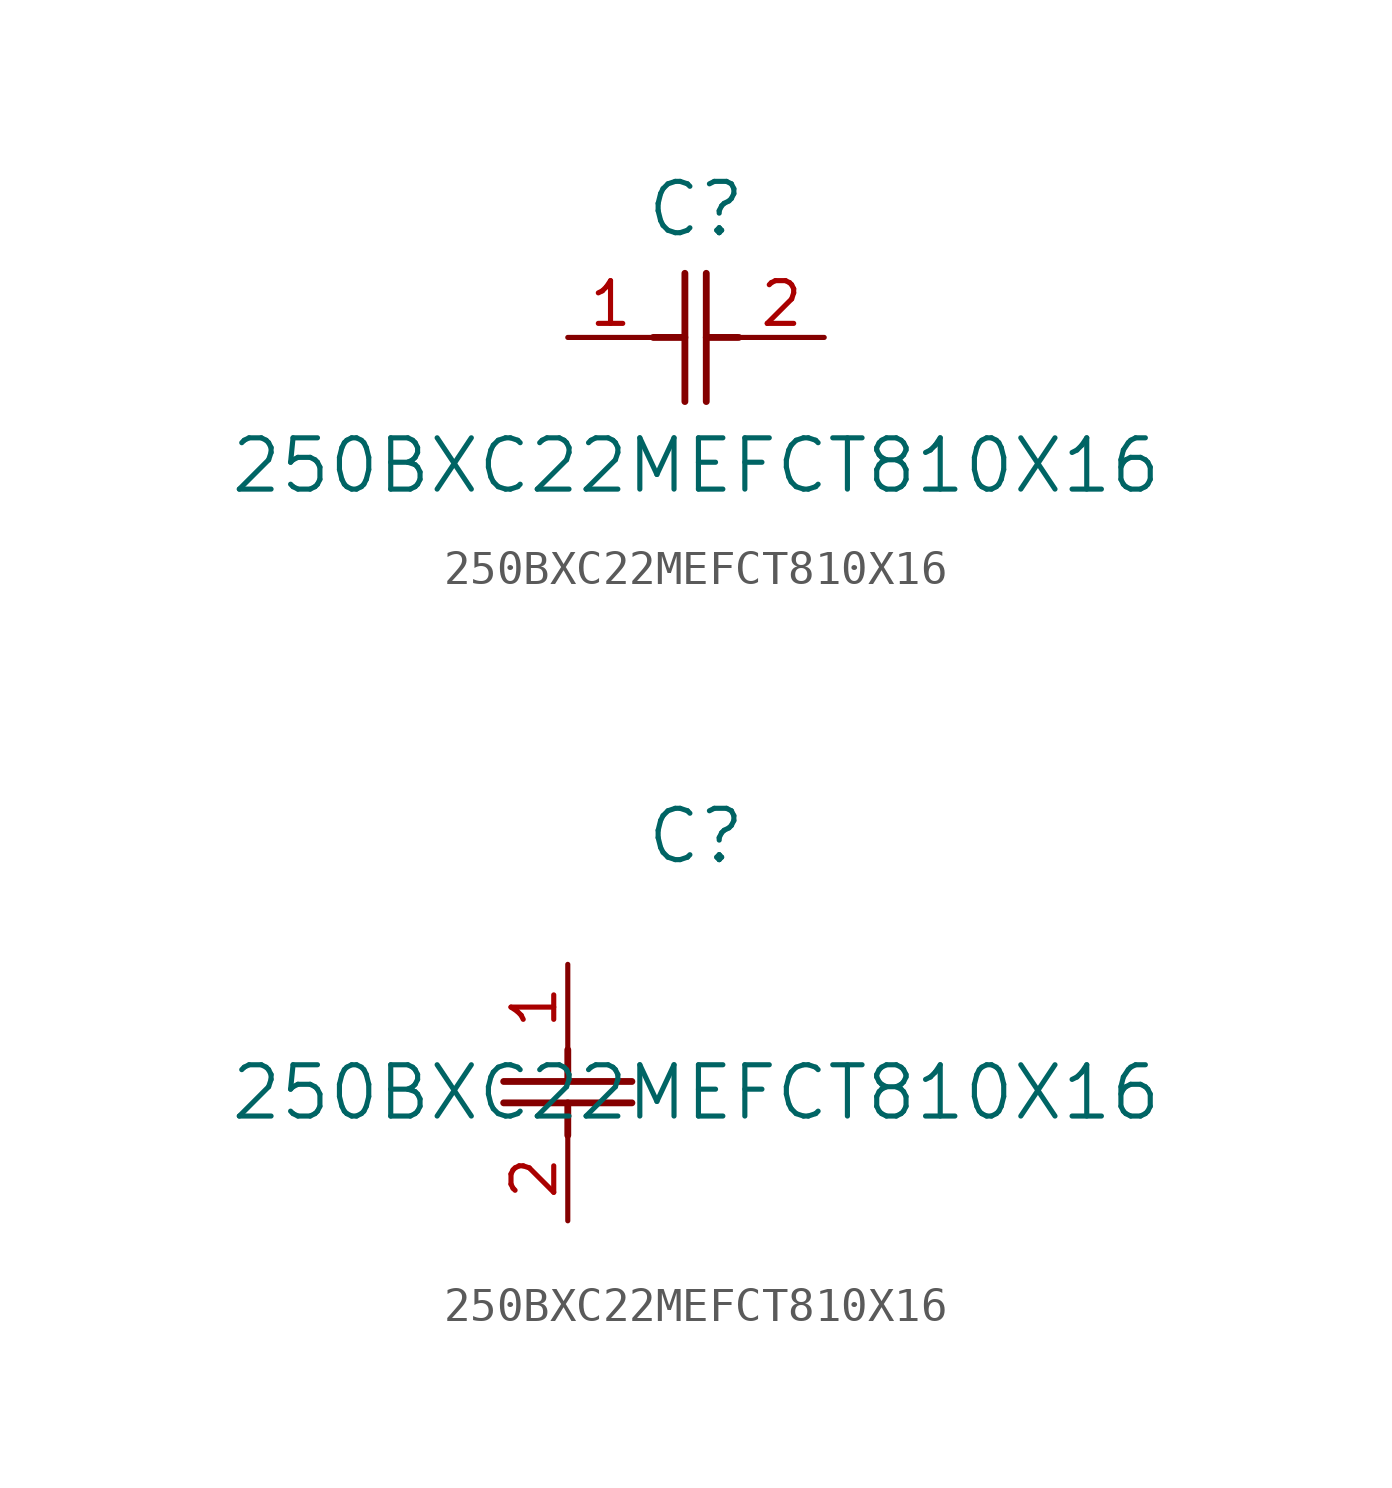
<source format=kicad_sym>
(kicad_symbol_lib
  (version 20211014)
  (generator kicad_symbol_editor)
  (symbol "250BXC22MEFCT810X16"
    (pin_names
      (offset 0.254))
    (property "Reference" "C"
      (at 3.81 3.81 0)
      (effects (font (size 1.524 1.524))))
    (property "Value" "250BXC22MEFCT810X16"
      (at 3.81 -3.81 0)
      (effects (font (size 1.524 1.524))))
    (symbol "250BXC22MEFCT810X16_1_1"
      (polyline (pts (xy 3.48 -1.905) (xy 3.48 1.905)) (stroke (width 0.203) (type default) (color 0 0 0 0)) (fill (type none)))
      (polyline (pts (xy 4.115 -1.905) (xy 4.115 1.905)) (stroke (width 0.203) (type default) (color 0 0 0 0)) (fill (type none)))
      (polyline (pts (xy 4.115 0) (xy 5.08 0)) (stroke (width 0.203) (type default) (color 0 0 0 0)) (fill (type none)))
      (polyline (pts (xy 2.54 0) (xy 3.48 0)) (stroke (width 0.203) (type default) (color 0 0 0 0)) (fill (type none)))
      (pin unspecified line (at 0 0 0) (length 2.54) (name "" (effects (font (size 1.27 1.27)))) (number "1" (effects (font (size 1.27 1.27)))))
      (pin unspecified line (at 7.62 0 180) (length 2.54) (name "" (effects (font (size 1.27 1.27)))) (number "2" (effects (font (size 1.27 1.27))))))
    (symbol "250BXC22MEFCT810X16_1_2"
      (polyline (pts (xy -1.905 -3.48) (xy 1.905 -3.48)) (stroke (width 0.203) (type default) (color 0 0 0 0)) (fill (type none)))
      (polyline (pts (xy -1.905 -4.115) (xy 1.905 -4.115)) (stroke (width 0.203) (type default) (color 0 0 0 0)) (fill (type none)))
      (polyline (pts (xy 0 -4.115) (xy 0 -5.08)) (stroke (width 0.203) (type default) (color 0 0 0 0)) (fill (type none)))
      (polyline (pts (xy 0 -2.54) (xy 0 -3.48)) (stroke (width 0.203) (type default) (color 0 0 0 0)) (fill (type none)))
      (pin unspecified line (at 0 0 270) (length 2.54) (name "" (effects (font (size 1.27 1.27)))) (number "1" (effects (font (size 1.27 1.27)))))
      (pin unspecified line (at 0 -7.62 90) (length 2.54) (name "" (effects (font (size 1.27 1.27)))) (number "2" (effects (font (size 1.27 1.27))))))))
</source>
